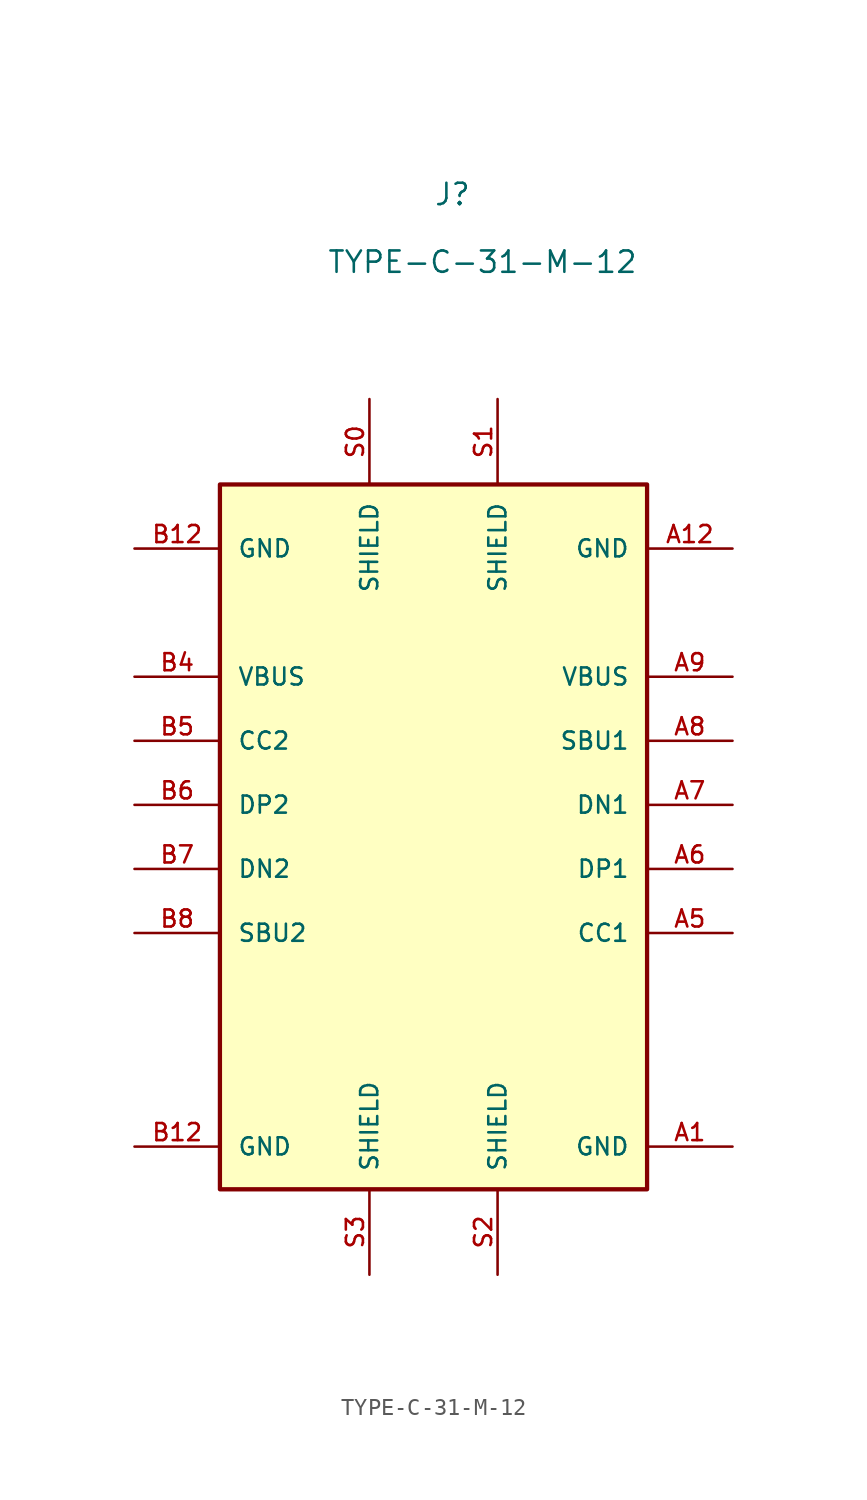
<source format=kicad_sym>
(kicad_symbol_lib
  (version 20220914)
  (generator kicad_symbol_editor)
  (symbol "TYPE-C-31-M-12"
    (pin_names
      (offset 1.016))
    (property "Reference" "J"
      (at 0 45.72 0)
      (effects (font (size 1.27 1.27)) (justify left bottom)))
    (property "Value" "TYPE-C-31-M-12"
      (at -6.35 43.18 0)
      (effects (font (size 1.27 1.27)) (justify left top)))
    (symbol "TYPE-C-31-M-12_0_0"
      (rectangle (start -12.7 29.21) (end 12.7 -12.7) (stroke (width 0.254) (type default)) (fill (type background)))
      (pin bidirectional line (at 17.78 2.54 180) (length 5.08) (name "CC1" (effects (font (size 1.016 1.016)))) (number "A5" (effects (font (size 1.016 1.016)))))
      (pin bidirectional line (at 17.78 6.35 180) (length 5.08) (name "DP1" (effects (font (size 1.016 1.016)))) (number "A6" (effects (font (size 1.016 1.016)))))
      (pin bidirectional line (at 17.78 10.16 180) (length 5.08) (name "DN1" (effects (font (size 1.016 1.016)))) (number "A7" (effects (font (size 1.016 1.016)))))
      (pin bidirectional line (at 17.78 13.97 180) (length 5.08) (name "SBU1" (effects (font (size 1.016 1.016)))) (number "A8" (effects (font (size 1.016 1.016)))))
      (pin bidirectional line (at -17.78 13.97 0) (length 5.08) (name "CC2" (effects (font (size 1.016 1.016)))) (number "B5" (effects (font (size 1.016 1.016)))))
      (pin bidirectional line (at -17.78 10.16 0) (length 5.08) (name "DP2" (effects (font (size 1.016 1.016)))) (number "B6" (effects (font (size 1.016 1.016)))))
      (pin bidirectional line (at -17.78 6.35 0) (length 5.08) (name "DN2" (effects (font (size 1.016 1.016)))) (number "B7" (effects (font (size 1.016 1.016))))))
    (symbol "TYPE-C-31-M-12_1_0"
      (pin power_in line (at 17.78 -10.16 180) (length 5.08) (name "GND" (effects (font (size 1.016 1.016)))) (number "A1" (effects (font (size 1.016 1.016)))))
      (pin power_in line (at 17.78 25.4 180) (length 5.08) (name "GND" (effects (font (size 1.016 1.016)))) (number "A12" (effects (font (size 1.016 1.016)))))
      (pin power_in line (at 17.78 17.78 180) (length 5.08) (name "VBUS" (effects (font (size 1.016 1.016)))) (number "A9" (effects (font (size 1.016 1.016)))))
      (pin power_in line (at -17.78 -10.16 0) (length 5.08) (name "GND" (effects (font (size 1.016 1.016)))) (number "B12" (effects (font (size 1.016 1.016)))))
      (pin power_in line (at -17.78 25.4 0) (length 5.08) (name "GND" (effects (font (size 1.016 1.016)))) (number "B12" (effects (font (size 1.016 1.016)))))
      (pin power_in line (at -17.78 17.78 0) (length 5.08) (name "VBUS" (effects (font (size 1.016 1.016)))) (number "B4" (effects (font (size 1.016 1.016)))))
      (pin bidirectional line (at -17.78 2.54 0) (length 5.08) (name "SBU2" (effects (font (size 1.016 1.016)))) (number "B8" (effects (font (size 1.016 1.016)))))
      (pin passive line (at -3.81 34.29 270) (length 5.08) (name "SHIELD" (effects (font (size 1.016 1.016)))) (number "S0" (effects (font (size 1.016 1.016)))))
      (pin passive line (at 3.81 34.29 270) (length 5.08) (name "SHIELD" (effects (font (size 1.016 1.016)))) (number "S1" (effects (font (size 1.016 1.016)))))
      (pin passive line (at 3.81 -17.78 90) (length 5.08) (name "SHIELD" (effects (font (size 1.016 1.016)))) (number "S2" (effects (font (size 1.016 1.016)))))
      (pin passive line (at -3.81 -17.78 90) (length 5.08) (name "SHIELD" (effects (font (size 1.016 1.016)))) (number "S3" (effects (font (size 1.016 1.016))))))))
</source>
